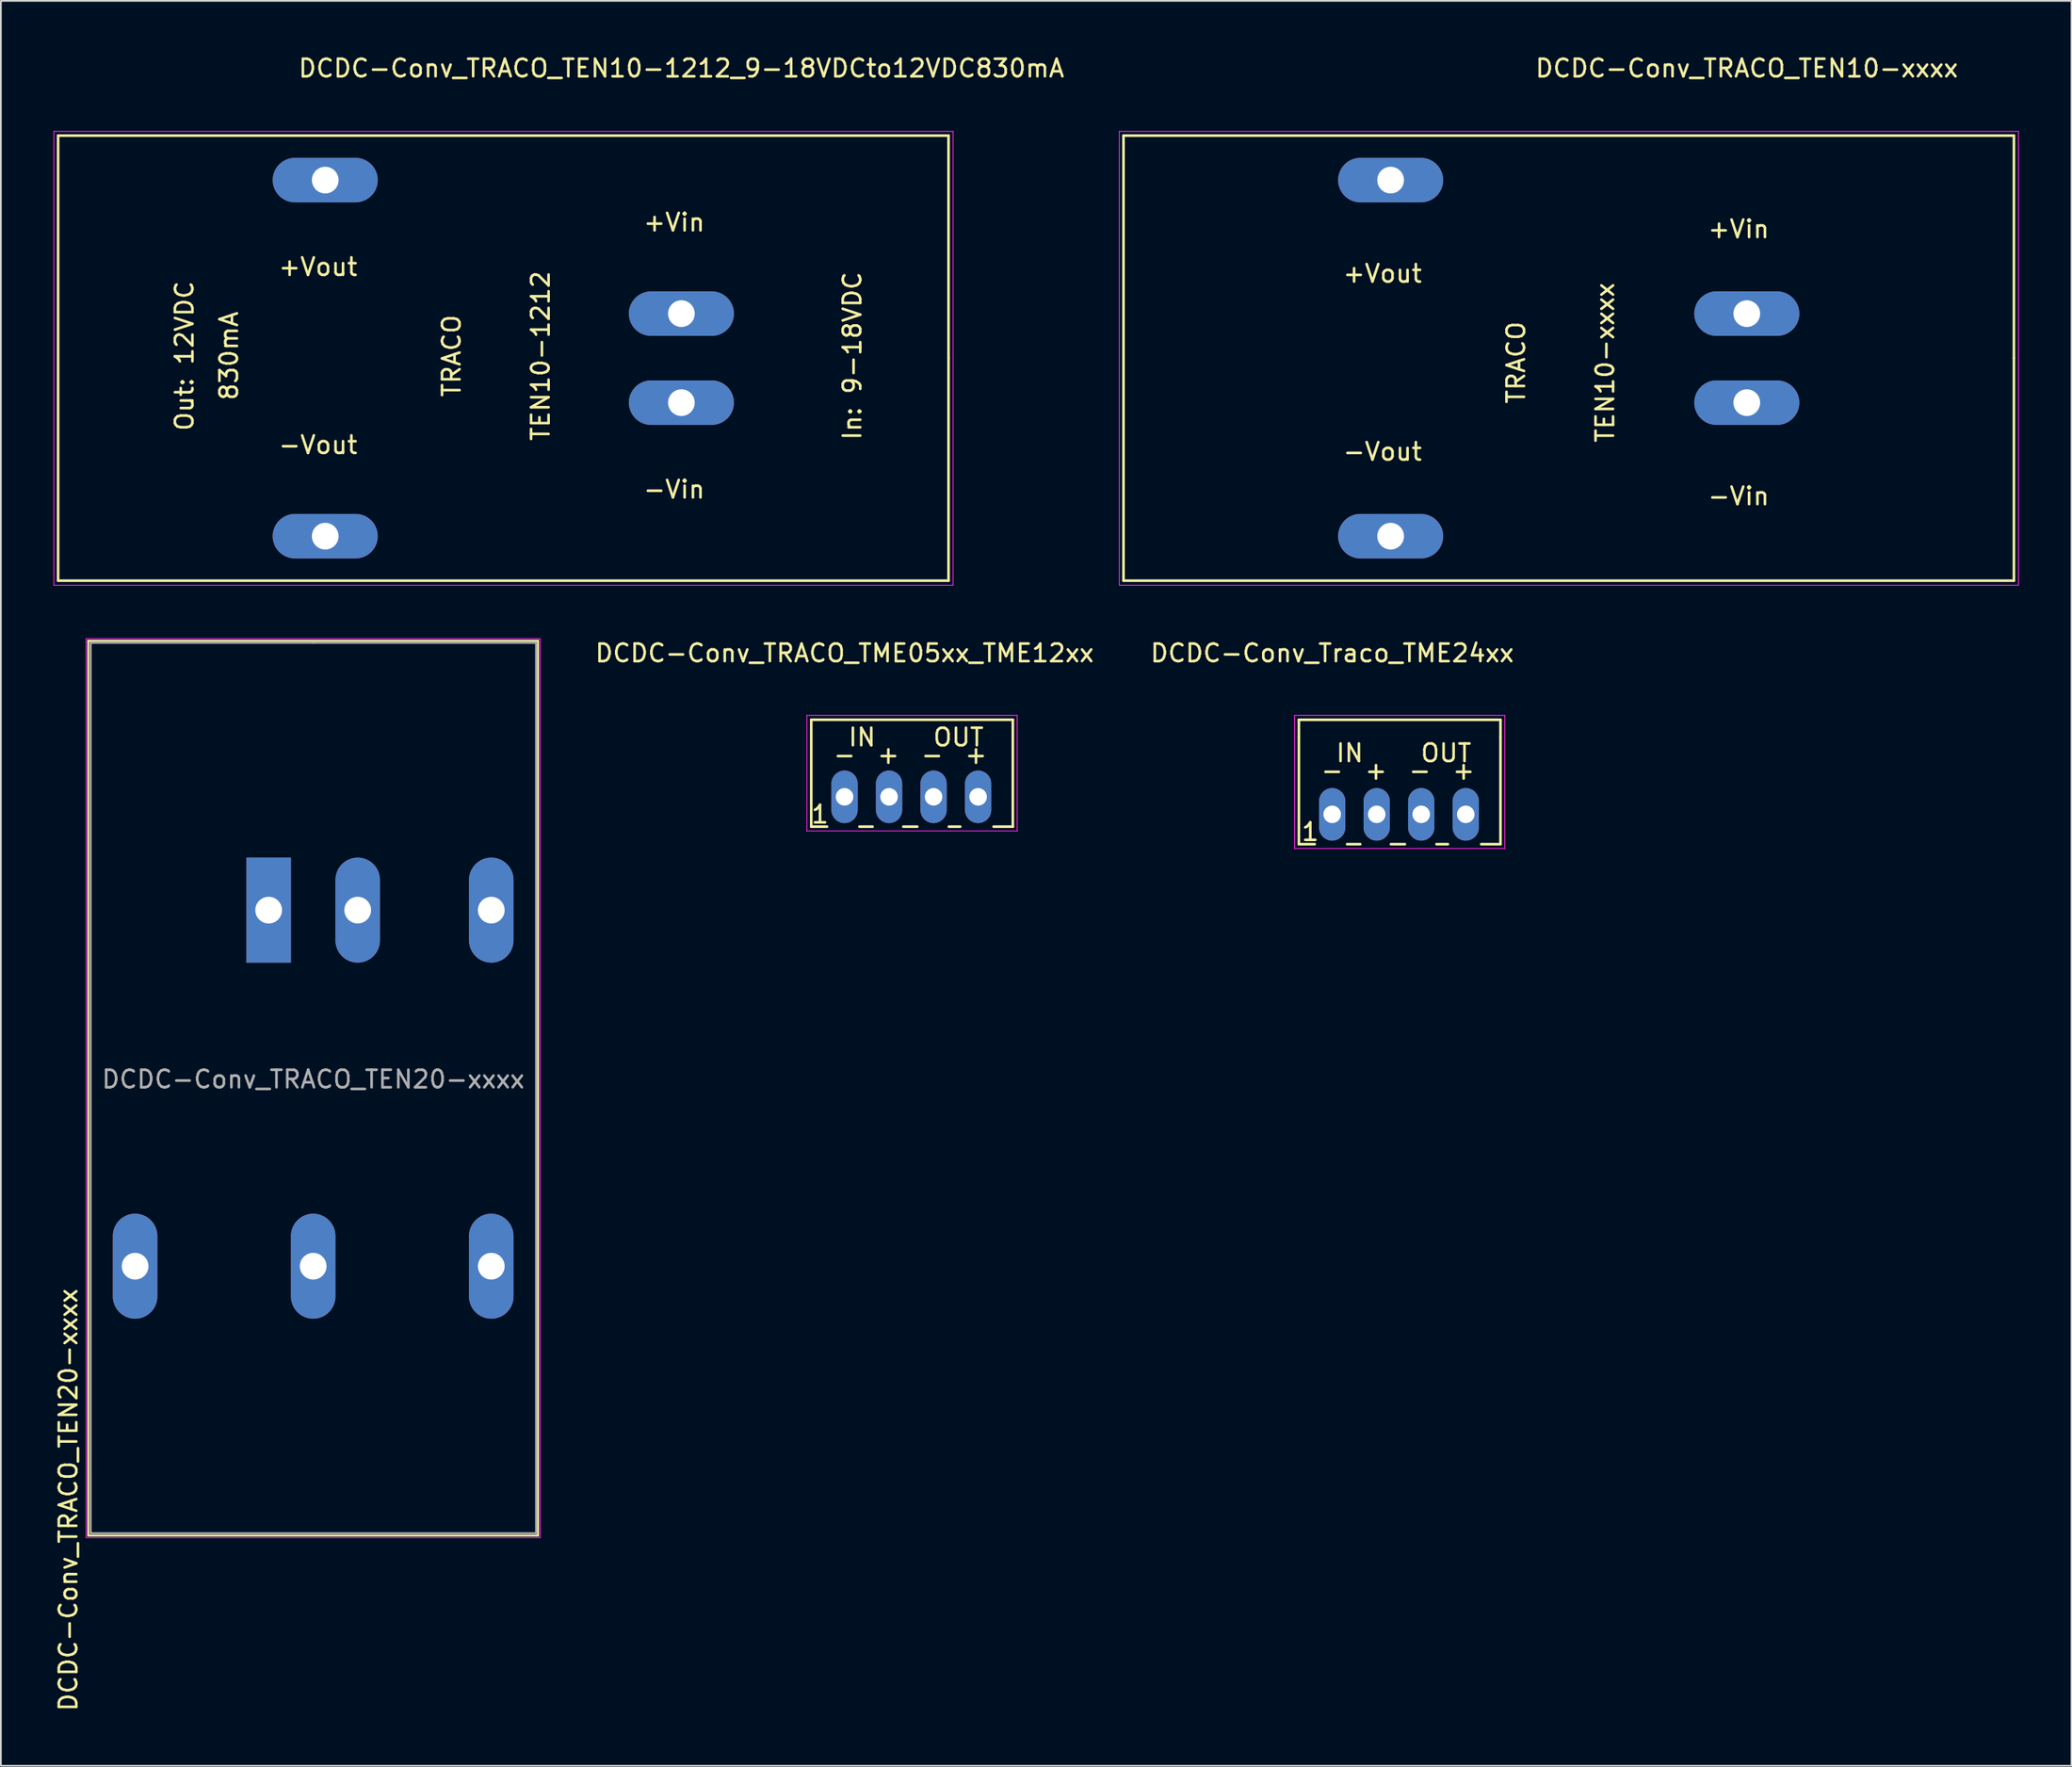
<source format=kicad_pcb>
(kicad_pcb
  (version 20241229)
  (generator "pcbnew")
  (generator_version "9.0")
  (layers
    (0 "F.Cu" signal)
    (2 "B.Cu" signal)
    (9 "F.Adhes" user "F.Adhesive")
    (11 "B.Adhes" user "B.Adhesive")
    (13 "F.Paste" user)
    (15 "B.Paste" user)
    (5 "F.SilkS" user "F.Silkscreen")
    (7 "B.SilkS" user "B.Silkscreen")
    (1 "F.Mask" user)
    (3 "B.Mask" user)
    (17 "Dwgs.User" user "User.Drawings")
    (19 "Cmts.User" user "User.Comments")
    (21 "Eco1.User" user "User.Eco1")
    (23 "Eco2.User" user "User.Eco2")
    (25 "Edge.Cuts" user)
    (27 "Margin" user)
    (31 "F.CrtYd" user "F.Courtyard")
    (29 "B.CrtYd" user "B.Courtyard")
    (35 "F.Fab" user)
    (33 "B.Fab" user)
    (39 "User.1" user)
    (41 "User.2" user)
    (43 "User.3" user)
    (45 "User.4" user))
  (footprint "DCDC-Conv_TRACO_TEN10-1212_9-18VDCto12VDC830mA"
    (layer "F.Cu")
    (at 35.825 14.848)
    (property "Reference" "DCDC-Conv_TRACO_TEN10-1212_9-18VDCto12VDC830mA" (at 0 -14 0) (layer "F.SilkS") (effects (font (size 1 1) (thickness 0.15))))
    (attr through_hole)
    (fp_line (start -35.56 -10.16) (end -35.56 15.24) (stroke (width 0.15) (type solid)) (layer "F.SilkS"))
    (fp_line (start -35.56 15.24) (end 15.24 15.24) (stroke (width 0.15) (type solid)) (layer "F.SilkS"))
    (fp_line (start 15.24 -10.16) (end -35.56 -10.16) (stroke (width 0.15) (type solid)) (layer "F.SilkS"))
    (fp_line (start 15.24 2.54) (end 15.24 -10.16) (stroke (width 0.15) (type solid)) (layer "F.SilkS"))
    (fp_line (start 15.24 15.24) (end 15.24 2.54) (stroke (width 0.15) (type solid)) (layer "F.SilkS"))
    (fp_line (start -35.8 -10.4) (end -35.8 15.5) (stroke (width 0.05) (type solid)) (layer "F.CrtYd"))
    (fp_line (start -35.8 -10.4) (end 15.5 -10.4) (stroke (width 0.05) (type solid)) (layer "F.CrtYd"))
    (fp_line (start -35.8 15.5) (end 15.5 15.5) (stroke (width 0.05) (type solid)) (layer "F.CrtYd"))
    (fp_line (start 15.5 -10.4) (end 15.5 15.5) (stroke (width 0.05) (type solid)) (layer "F.CrtYd"))
    (fp_text user "830mA" (at -25.812 2.412 90) (layer "F.SilkS") (effects (font (size 1 1) (thickness 0.15))))
    (fp_text user "In: 9-18VDC" (at 9.748 2.412 90) (layer "F.SilkS") (effects (font (size 1 1) (thickness 0.15))))
    (fp_text user "-Vout" (at -20.732 7.492 180) (layer "F.SilkS") (effects (font (size 1 1) (thickness 0.15))))
    (fp_text user "+Vout" (at -20.732 -2.668 180) (layer "F.SilkS") (effects (font (size 1 1) (thickness 0.15))))
    (fp_text user "+Vin" (at -0.412 -5.208 180) (layer "F.SilkS") (effects (font (size 1 1) (thickness 0.15))))
    (fp_text user "TEN10-1212" (at -8.032 2.412 90) (layer "F.SilkS") (effects (font (size 1 1) (thickness 0.15))))
    (fp_text user "-Vin" (at -0.412 10.032 180) (layer "F.SilkS") (effects (font (size 1 1) (thickness 0.15))))
    (fp_text user "TRACO" (at -13.112 2.412 90) (layer "F.SilkS") (effects (font (size 1 1) (thickness 0.15))))
    (fp_text user "Out: 12VDC" (at -28.352 2.412 90) (layer "F.SilkS") (effects (font (size 1 1) (thickness 0.15))))
    (pad "1" thru_hole oval (at 0 0) (size 5.994 2.54) (drill 1.524) (layers "*.Cu" "*.Mask"))
    (pad "2" thru_hole oval (at 0 5.08) (size 5.994 2.54) (drill 1.524) (layers "*.Cu" "*.Mask"))
    (pad "3" thru_hole oval (at -20.32 -7.62) (size 5.994 2.54) (drill 1.524) (layers "*.Cu" "*.Mask"))
    (pad "5" thru_hole oval (at -20.32 12.7) (size 5.994 2.54) (drill 1.524) (layers "*.Cu" "*.Mask")))
  (footprint "DCDC-Conv_TRACO_TME05xx_TME12xx"
    (layer "F.Cu")
    (at 45.133 42.422)
    (property "Reference" "DCDC-Conv_TRACO_TME05xx_TME12xx" (at 0 -8.2 0) (layer "F.SilkS") (effects (font (size 1 1) (thickness 0.15))))
    (attr through_hole)
    (fp_line (start -1.9 -4.399) (end -1.9 1.702) (stroke (width 0.15) (type solid)) (layer "F.SilkS"))
    (fp_line (start -0.998 1.702) (end -1.9 1.702) (stroke (width 0.15) (type solid)) (layer "F.SilkS"))
    (fp_line (start 1.6 1.702) (end 0.851 1.702) (stroke (width 0.15) (type solid)) (layer "F.SilkS"))
    (fp_line (start 4.15 1.702) (end 3.35 1.702) (stroke (width 0.15) (type solid)) (layer "F.SilkS"))
    (fp_line (start 6.601 1.702) (end 5.951 1.702) (stroke (width 0.15) (type solid)) (layer "F.SilkS"))
    (fp_line (start 9.601 -4.399) (end -1.9 -4.399) (stroke (width 0.15) (type solid)) (layer "F.SilkS"))
    (fp_line (start 9.601 1.702) (end 8.501 1.702) (stroke (width 0.15) (type solid)) (layer "F.SilkS"))
    (fp_line (start 9.601 1.702) (end 9.601 -4.399) (stroke (width 0.15) (type solid)) (layer "F.SilkS"))
    (fp_line (start -2.15 -4.65) (end -2.15 1.95) (stroke (width 0.05) (type solid)) (layer "F.CrtYd"))
    (fp_line (start -2.15 -4.65) (end 9.85 -4.65) (stroke (width 0.05) (type solid)) (layer "F.CrtYd"))
    (fp_line (start -2.15 1.95) (end 9.85 1.95) (stroke (width 0.05) (type solid)) (layer "F.CrtYd"))
    (fp_line (start 9.85 -4.65) (end 9.85 1.95) (stroke (width 0.05) (type solid)) (layer "F.CrtYd"))
    (fp_text user "1" (at -1.4 1 0) (layer "F.SilkS") (effects (font (size 1 1) (thickness 0.15))))
    (fp_text user "+" (at 2.499 -2.401 0) (layer "F.SilkS") (effects (font (size 1 1) (thickness 0.15))))
    (fp_text user "+" (at 7.5 -2.401 0) (layer "F.SilkS") (effects (font (size 1 1) (thickness 0.15))))
    (fp_text user "IN" (at 1 -3.399 0) (layer "F.SilkS") (effects (font (size 1 1) (thickness 0.15))))
    (fp_text user "OUT" (at 6.499 -3.399 0) (layer "F.SilkS") (effects (font (size 1 1) (thickness 0.15))))
    (fp_text user "-" (at 5.001 -2.401 0) (layer "F.SilkS") (effects (font (size 1 1) (thickness 0.15))))
    (fp_text user "-" (at -0.001 -2.401 0) (layer "F.SilkS") (effects (font (size 1 1) (thickness 0.15))))
    (pad "1" thru_hole oval (at 0 0) (size 1.501 3) (drill 1.001) (layers "*.Cu" "*.Mask"))
    (pad "2" thru_hole oval (at 2.54 0) (size 1.501 3) (drill 1.001) (layers "*.Cu" "*.Mask"))
    (pad "3" thru_hole oval (at 5.08 0) (size 1.501 3) (drill 1.001) (layers "*.Cu" "*.Mask"))
    (pad "4" thru_hole oval (at 7.62 0) (size 1.501 3) (drill 1.001) (layers "*.Cu" "*.Mask")))
  (footprint "DCDC-Conv_Traco_TME24xx"
    (layer "F.Cu")
    (at 72.954 43.422)
    (property "Reference" "DCDC-Conv_Traco_TME24xx" (at 0 -9.2 0) (layer "F.SilkS") (effects (font (size 1 1) (thickness 0.15))))
    (attr through_hole)
    (fp_line (start -1.9 -5.397) (end -1.9 -4.399) (stroke (width 0.15) (type solid)) (layer "F.SilkS"))
    (fp_line (start -1.9 -4.399) (end -1.9 1.702) (stroke (width 0.15) (type solid)) (layer "F.SilkS"))
    (fp_line (start -0.998 1.702) (end -1.9 1.702) (stroke (width 0.15) (type solid)) (layer "F.SilkS"))
    (fp_line (start 1.6 1.702) (end 0.851 1.702) (stroke (width 0.15) (type solid)) (layer "F.SilkS"))
    (fp_line (start 4.15 1.702) (end 3.35 1.702) (stroke (width 0.15) (type solid)) (layer "F.SilkS"))
    (fp_line (start 6.601 1.702) (end 5.951 1.702) (stroke (width 0.15) (type solid)) (layer "F.SilkS"))
    (fp_line (start 9.601 -5.397) (end -1.9 -5.397) (stroke (width 0.15) (type solid)) (layer "F.SilkS"))
    (fp_line (start 9.601 -4.399) (end 9.601 -5.397) (stroke (width 0.15) (type solid)) (layer "F.SilkS"))
    (fp_line (start 9.601 1.702) (end 8.501 1.702) (stroke (width 0.15) (type solid)) (layer "F.SilkS"))
    (fp_line (start 9.601 1.702) (end 9.601 -4.399) (stroke (width 0.15) (type solid)) (layer "F.SilkS"))
    (fp_line (start -2.15 -5.65) (end -2.15 1.95) (stroke (width 0.05) (type solid)) (layer "F.CrtYd"))
    (fp_line (start -2.15 -5.65) (end 9.85 -5.65) (stroke (width 0.05) (type solid)) (layer "F.CrtYd"))
    (fp_line (start -2.15 1.95) (end 9.85 1.95) (stroke (width 0.05) (type solid)) (layer "F.CrtYd"))
    (fp_line (start 9.85 -5.65) (end 9.85 1.95) (stroke (width 0.05) (type solid)) (layer "F.CrtYd"))
    (fp_text user "OUT" (at 6.499 -3.499 0) (layer "F.SilkS") (effects (font (size 1 1) (thickness 0.15))))
    (fp_text user "+" (at 7.5 -2.5 0) (layer "F.SilkS") (effects (font (size 1 1) (thickness 0.15))))
    (fp_text user "-" (at 5.001 -2.5 0) (layer "F.SilkS") (effects (font (size 1 1) (thickness 0.15))))
    (fp_text user "+" (at 2.499 -2.5 0) (layer "F.SilkS") (effects (font (size 1 1) (thickness 0.15))))
    (fp_text user "IN" (at 1 -3.499 0) (layer "F.SilkS") (effects (font (size 1 1) (thickness 0.15))))
    (fp_text user "-" (at -0.001 -2.5 0) (layer "F.SilkS") (effects (font (size 1 1) (thickness 0.15))))
    (fp_text user "1" (at -1.25 1 0) (layer "F.SilkS") (effects (font (size 1 1) (thickness 0.15))))
    (pad "1" thru_hole oval (at 0 0) (size 1.501 3) (drill 1.001) (layers "*.Cu" "*.Mask"))
    (pad "2" thru_hole oval (at 2.54 0) (size 1.501 3) (drill 1.001) (layers "*.Cu" "*.Mask"))
    (pad "3" thru_hole oval (at 5.08 0) (size 1.501 3) (drill 1.001) (layers "*.Cu" "*.Mask"))
    (pad "4" thru_hole oval (at 7.62 0) (size 1.501 3) (drill 1.001) (layers "*.Cu" "*.Mask")))
  (footprint "DCDC-Conv_TRACO_TEN20-xxxx"
    (layer "F.Cu")
    (at 12.278 48.888)
    (property "Reference" "DCDC-Conv_TRACO_TEN20-xxxx" (at -11.43 33.655 90) (layer "F.SilkS") (effects (font (size 1 1) (thickness 0.15))))
    (attr through_hole)
    (fp_line (start -10.287 -15.367) (end -10.287 35.687) (stroke (width 0.12) (type solid)) (layer "F.SilkS"))
    (fp_line (start -10.287 -15.367) (end 15.367 -15.367) (stroke (width 0.12) (type solid)) (layer "F.SilkS"))
    (fp_line (start 15.367 -15.367) (end 15.367 35.687) (stroke (width 0.12) (type solid)) (layer "F.SilkS"))
    (fp_line (start 15.367 35.687) (end -10.287 35.687) (stroke (width 0.12) (type solid)) (layer "F.SilkS"))
    (fp_line (start -10.41 35.81) (end -10.41 -15.49) (stroke (width 0.05) (type solid)) (layer "F.CrtYd"))
    (fp_line (start 15.49 -15.49) (end -10.41 -15.49) (stroke (width 0.05) (type solid)) (layer "F.CrtYd"))
    (fp_line (start 15.49 -15.49) (end 15.49 35.81) (stroke (width 0.05) (type solid)) (layer "F.CrtYd"))
    (fp_line (start 15.49 35.81) (end -10.41 35.81) (stroke (width 0.05) (type solid)) (layer "F.CrtYd"))
    (fp_line (start -10.15 -15.248) (end -10.15 35.552) (stroke (width 0.1) (type solid)) (layer "F.Fab"))
    (fp_line (start -10.15 35.552) (end 15.25 35.552) (stroke (width 0.1) (type solid)) (layer "F.Fab"))
    (fp_line (start 2.55 -15.248) (end -10.15 -15.248) (stroke (width 0.1) (type solid)) (layer "F.Fab"))
    (fp_line (start 15.25 -15.248) (end 2.55 -15.248) (stroke (width 0.1) (type solid)) (layer "F.Fab"))
    (fp_line (start 15.25 35.552) (end 15.25 -15.248) (stroke (width 0.1) (type solid)) (layer "F.Fab"))
    (fp_text user "${REFERENCE}" (at 2.54 9.652 0) (layer "F.Fab") (effects (font (size 1 1) (thickness 0.15))))
    (pad "1" thru_hole rect (at 0 0 90) (size 5.994 2.54) (drill 1.524) (layers "*.Cu" "*.Mask"))
    (pad "2" thru_hole oval (at 5.08 0 90) (size 5.994 2.54) (drill 1.524) (layers "*.Cu" "*.Mask"))
    (pad "3" thru_hole oval (at -7.62 20.32 90) (size 5.994 2.54) (drill 1.524) (layers "*.Cu" "*.Mask"))
    (pad "4" thru_hole oval (at 2.54 20.32 90) (size 5.994 2.54) (drill 1.524) (layers "*.Cu" "*.Mask"))
    (pad "5" thru_hole oval (at 12.7 20.32 90) (size 5.994 2.54) (drill 1.524) (layers "*.Cu" "*.Mask"))
    (pad "6" thru_hole oval (at 12.7 0 90) (size 5.994 2.54) (drill 1.524) (layers "*.Cu" "*.Mask")))
  (footprint "DCDC-Conv_TRACO_TEN10-xxxx"
    (layer "F.Cu")
    (at 96.608 14.848)
    (property "Reference" "DCDC-Conv_TRACO_TEN10-xxxx" (at 0 -14 0) (layer "F.SilkS") (effects (font (size 1 1) (thickness 0.15))))
    (attr through_hole)
    (fp_line (start -35.56 -10.16) (end -35.56 15.24) (stroke (width 0.15) (type solid)) (layer "F.SilkS"))
    (fp_line (start -35.56 15.24) (end 15.24 15.24) (stroke (width 0.15) (type solid)) (layer "F.SilkS"))
    (fp_line (start 15.24 -10.16) (end -35.56 -10.16) (stroke (width 0.15) (type solid)) (layer "F.SilkS"))
    (fp_line (start 15.24 2.54) (end 15.24 -10.16) (stroke (width 0.15) (type solid)) (layer "F.SilkS"))
    (fp_line (start 15.24 15.24) (end 15.24 2.54) (stroke (width 0.15) (type solid)) (layer "F.SilkS"))
    (fp_line (start -35.8 -10.4) (end -35.8 15.5) (stroke (width 0.05) (type solid)) (layer "F.CrtYd"))
    (fp_line (start -35.8 -10.4) (end 15.5 -10.4) (stroke (width 0.05) (type solid)) (layer "F.CrtYd"))
    (fp_line (start -35.8 15.5) (end 15.5 15.5) (stroke (width 0.05) (type solid)) (layer "F.CrtYd"))
    (fp_line (start 15.5 -10.4) (end 15.5 15.5) (stroke (width 0.05) (type solid)) (layer "F.CrtYd"))
    (fp_text user "TRACO" (at -13.165 2.794 90) (layer "F.SilkS") (effects (font (size 1 1) (thickness 0.15))))
    (fp_text user "-Vin" (at -0.465 10.414 180) (layer "F.SilkS") (effects (font (size 1 1) (thickness 0.15))))
    (fp_text user "TEN10-xxxx" (at -8.085 2.794 90) (layer "F.SilkS") (effects (font (size 1 1) (thickness 0.15))))
    (fp_text user "-Vout" (at -20.785 7.874 180) (layer "F.SilkS") (effects (font (size 1 1) (thickness 0.15))))
    (fp_text user "+Vout" (at -20.785 -2.286 180) (layer "F.SilkS") (effects (font (size 1 1) (thickness 0.15))))
    (fp_text user "+Vin" (at -0.465 -4.826 180) (layer "F.SilkS") (effects (font (size 1 1) (thickness 0.15))))
    (pad "1" thru_hole oval (at 0 0) (size 5.994 2.54) (drill 1.524) (layers "*.Cu" "*.Mask"))
    (pad "2" thru_hole oval (at 0 5.08) (size 5.994 2.54) (drill 1.524) (layers "*.Cu" "*.Mask"))
    (pad "3" thru_hole oval (at -20.32 -7.62) (size 5.994 2.54) (drill 1.524) (layers "*.Cu" "*.Mask"))
    (pad "5" thru_hole oval (at -20.32 12.7) (size 5.994 2.54) (drill 1.524) (layers "*.Cu" "*.Mask")))
  (gr_rect
    (start -3 -3)
    (end 115.133 97.716)
    (stroke (width 0.1) (type default))
    (fill no)
    (layer "Edge.Cuts")))
</source>
